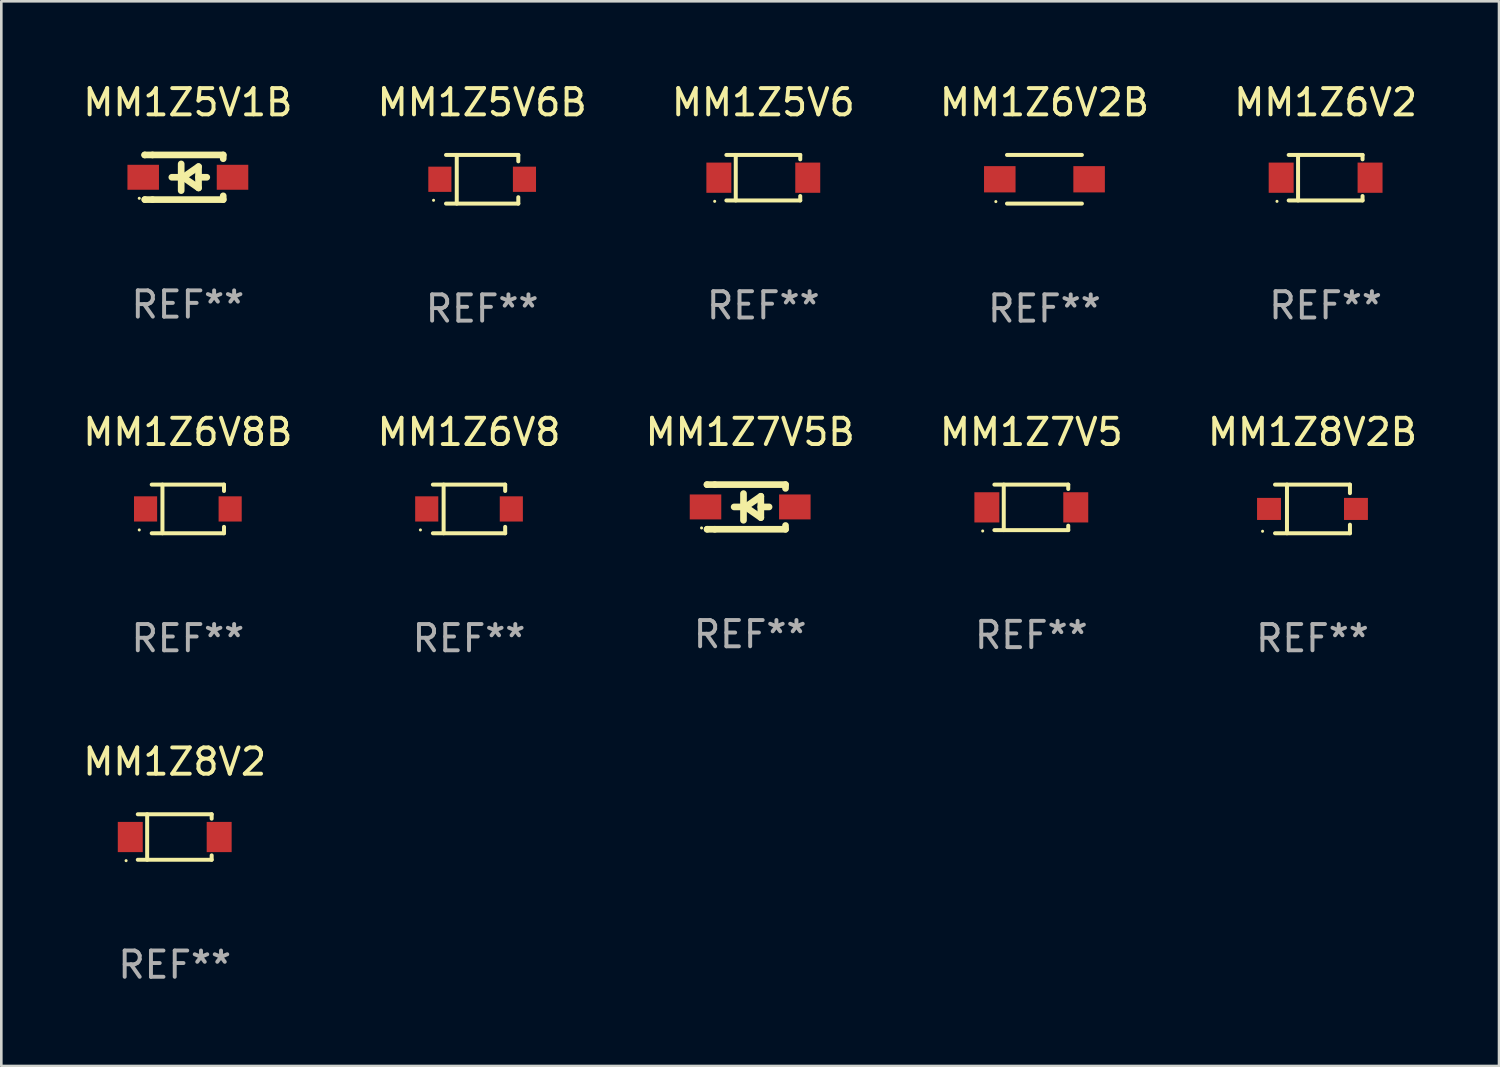
<source format=kicad_pcb>
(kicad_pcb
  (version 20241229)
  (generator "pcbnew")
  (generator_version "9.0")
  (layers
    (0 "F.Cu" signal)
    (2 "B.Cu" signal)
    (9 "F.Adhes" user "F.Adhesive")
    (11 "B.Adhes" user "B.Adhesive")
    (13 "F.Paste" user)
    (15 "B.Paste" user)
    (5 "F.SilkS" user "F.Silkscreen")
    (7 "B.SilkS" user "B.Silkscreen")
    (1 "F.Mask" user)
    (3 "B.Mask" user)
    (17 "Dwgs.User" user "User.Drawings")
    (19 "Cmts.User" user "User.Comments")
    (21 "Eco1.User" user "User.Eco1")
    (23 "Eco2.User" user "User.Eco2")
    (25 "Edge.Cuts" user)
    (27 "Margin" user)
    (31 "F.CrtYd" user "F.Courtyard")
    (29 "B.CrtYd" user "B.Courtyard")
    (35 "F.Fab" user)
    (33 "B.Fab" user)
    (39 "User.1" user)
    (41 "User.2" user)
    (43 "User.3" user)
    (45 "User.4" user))
  (footprint "MM1Z5V6B"
    (layer "F.Cu")
    (at 15.304 3.774)
    (property "Reference" "MM1Z5V6B" (at 0 -2.926 0) (layer "F.SilkS") (effects (font (size 1 1) (thickness 0.15))))
    (attr through_hole)
    (fp_line (start -1.376 -0.926) (end 1.376 -0.926) (stroke (width 0.152) (type solid)) (layer "F.SilkS"))
    (fp_line (start -1.376 0.926) (end 1.376 0.926) (stroke (width 0.152) (type solid)) (layer "F.SilkS"))
    (fp_line (start -0.967 -0.926) (end -0.967 0.926) (stroke (width 0.152) (type solid)) (layer "F.SilkS"))
    (fp_line (start 1.376 -0.926) (end 1.376 -0.683) (stroke (width 0.152) (type solid)) (layer "F.SilkS"))
    (fp_line (start 1.376 0.926) (end 1.376 0.683) (stroke (width 0.152) (type solid)) (layer "F.SilkS"))
    (fp_circle (center -1.85 0.8) (end -1.82 0.8) (stroke (width 0.06) (type solid)) (fill no) (layer "F.SilkS"))
    (fp_text user "REF**" (at 0 4.926 0) (layer "F.Fab") (effects (font (size 1 1) (thickness 0.15))))
    (pad "1" smd rect (at -1.61 0) (size 0.88 0.96) (layers "F.Cu" "F.Mask" "F.Paste"))
    (pad "2" smd rect (at 1.61 0) (size 0.88 0.96) (layers "F.Cu" "F.Mask" "F.Paste")))
  (footprint "MM1Z6V2B"
    (layer "F.Cu")
    (at 36.708 3.774)
    (property "Reference" "MM1Z6V2B" (at 0 -2.926 0) (layer "F.SilkS") (effects (font (size 1 1) (thickness 0.15))))
    (attr through_hole)
    (fp_line (start -1.426 -0.926) (end 1.426 -0.926) (stroke (width 0.152) (type solid)) (layer "F.SilkS"))
    (fp_line (start -1.426 0.926) (end 1.426 0.926) (stroke (width 0.152) (type solid)) (layer "F.SilkS"))
    (fp_circle (center -1.85 0.85) (end -1.82 0.85) (stroke (width 0.06) (type solid)) (fill no) (layer "F.SilkS"))
    (fp_text user "REF**" (at 0 4.926 0) (layer "F.Fab") (effects (font (size 1 1) (thickness 0.15))))
    (pad "1" smd rect (at -1.7 0.000013) (size 1.2 1) (layers "F.Cu" "F.Mask" "F.Paste"))
    (pad "2" smd rect (at 1.7 0.000013) (size 1.2 1) (layers "F.Cu" "F.Mask" "F.Paste")))
  (footprint "MM1Z8V2"
    (layer "F.Cu")
    (at 3.601 28.812)
    (property "Reference" "MM1Z8V2" (at 0 -2.866 0) (layer "F.SilkS") (effects (font (size 1 1) (thickness 0.15))))
    (attr through_hole)
    (fp_line (start -1.406 -0.866) (end 1.406 -0.866) (stroke (width 0.152) (type solid)) (layer "F.SilkS"))
    (fp_line (start -1.406 0.866) (end 1.406 0.866) (stroke (width 0.152) (type solid)) (layer "F.SilkS"))
    (fp_line (start -1.049 -0.866) (end -1.049 0.866) (stroke (width 0.152) (type solid)) (layer "F.SilkS"))
    (fp_line (start 1.406 -0.866) (end 1.406 -0.698) (stroke (width 0.152) (type solid)) (layer "F.SilkS"))
    (fp_line (start 1.406 0.866) (end 1.406 0.698) (stroke (width 0.152) (type solid)) (layer "F.SilkS"))
    (fp_circle (center -1.851 0.9) (end -1.821 0.9) (stroke (width 0.06) (type solid)) (fill no) (layer "F.SilkS"))
    (fp_text user "REF**" (at 0 4.866 0) (layer "F.Fab") (effects (font (size 1 1) (thickness 0.15))))
    (pad "1" smd rect (at -1.692 0) (size 0.95 1.15) (layers "F.Cu" "F.Mask" "F.Paste"))
    (pad "2" smd rect (at 1.692 0) (size 0.95 1.15) (layers "F.Cu" "F.Mask" "F.Paste")))
  (footprint "MM1Z6V2"
    (layer "F.Cu")
    (at 47.411 3.714)
    (property "Reference" "MM1Z6V2" (at 0 -2.866 0) (layer "F.SilkS") (effects (font (size 1 1) (thickness 0.15))))
    (attr through_hole)
    (fp_line (start -1.406 -0.866) (end 1.406 -0.866) (stroke (width 0.152) (type solid)) (layer "F.SilkS"))
    (fp_line (start -1.406 0.866) (end 1.406 0.866) (stroke (width 0.152) (type solid)) (layer "F.SilkS"))
    (fp_line (start -1.049 -0.866) (end -1.049 0.866) (stroke (width 0.152) (type solid)) (layer "F.SilkS"))
    (fp_line (start 1.406 -0.866) (end 1.406 -0.698) (stroke (width 0.152) (type solid)) (layer "F.SilkS"))
    (fp_line (start 1.406 0.866) (end 1.406 0.698) (stroke (width 0.152) (type solid)) (layer "F.SilkS"))
    (fp_circle (center -1.851 0.9) (end -1.821 0.9) (stroke (width 0.06) (type solid)) (fill no) (layer "F.SilkS"))
    (fp_text user "REF**" (at 0 4.866 0) (layer "F.Fab") (effects (font (size 1 1) (thickness 0.15))))
    (pad "1" smd rect (at -1.692 0) (size 0.95 1.15) (layers "F.Cu" "F.Mask" "F.Paste"))
    (pad "2" smd rect (at 1.692 0) (size 0.95 1.15) (layers "F.Cu" "F.Mask" "F.Paste")))
  (footprint "MM1Z5V6"
    (layer "F.Cu")
    (at 26.006 3.714)
    (property "Reference" "MM1Z5V6" (at 0 -2.866 0) (layer "F.SilkS") (effects (font (size 1 1) (thickness 0.15))))
    (attr through_hole)
    (fp_line (start -1.406 -0.866) (end 1.406 -0.866) (stroke (width 0.152) (type solid)) (layer "F.SilkS"))
    (fp_line (start -1.406 0.866) (end 1.406 0.866) (stroke (width 0.152) (type solid)) (layer "F.SilkS"))
    (fp_line (start -1.049 -0.866) (end -1.049 0.866) (stroke (width 0.152) (type solid)) (layer "F.SilkS"))
    (fp_line (start 1.406 -0.866) (end 1.406 -0.698) (stroke (width 0.152) (type solid)) (layer "F.SilkS"))
    (fp_line (start 1.406 0.866) (end 1.406 0.698) (stroke (width 0.152) (type solid)) (layer "F.SilkS"))
    (fp_circle (center -1.851 0.9) (end -1.821 0.9) (stroke (width 0.06) (type solid)) (fill no) (layer "F.SilkS"))
    (fp_text user "REF**" (at 0 4.866 0) (layer "F.Fab") (effects (font (size 1 1) (thickness 0.15))))
    (pad "1" smd rect (at -1.692 0) (size 0.95 1.15) (layers "F.Cu" "F.Mask" "F.Paste"))
    (pad "2" smd rect (at 1.692 0) (size 0.95 1.15) (layers "F.Cu" "F.Mask" "F.Paste")))
  (footprint "MM1Z7V5B"
    (layer "F.Cu")
    (at 25.506 16.247)
    (property "Reference" "MM1Z7V5B" (at 0 -2.85 0) (layer "F.SilkS") (effects (font (size 1 1) (thickness 0.15))))
    (attr through_hole)
    (fp_line (start -1.643 -0.85) (end -1.644 -0.849) (stroke (width 0.254) (type solid)) (layer "F.SilkS"))
    (fp_line (start -1.638 0.85) (end -1.639 0.849) (stroke (width 0.254) (type solid)) (layer "F.SilkS"))
    (fp_line (start -1.346 -0.85) (end -1.643 -0.85) (stroke (width 0.254) (type solid)) (layer "F.SilkS"))
    (fp_line (start -1.346 -0.85) (end 1.346 -0.85) (stroke (width 0.254) (type solid)) (layer "F.SilkS"))
    (fp_line (start -1.346 0.85) (end -1.638 0.85) (stroke (width 0.254) (type solid)) (layer "F.SilkS"))
    (fp_line (start -0.28 0) (end -0.61 0) (stroke (width 0.254) (type solid)) (layer "F.SilkS"))
    (fp_line (start -0.254 -0.508) (end -0.254 0.508) (stroke (width 0.254) (type solid)) (layer "F.SilkS"))
    (fp_line (start -0.178 0) (end 0.406 -0.406) (stroke (width 0.254) (type solid)) (layer "F.SilkS"))
    (fp_line (start 0.406 -0.406) (end 0.406 0.406) (stroke (width 0.254) (type solid)) (layer "F.SilkS"))
    (fp_line (start 0.406 -0.000254) (end 0.72 -0.000254) (stroke (width 0.254) (type solid)) (layer "F.SilkS"))
    (fp_line (start 0.406 0.406) (end -0.178 0) (stroke (width 0.254) (type solid)) (layer "F.SilkS"))
    (fp_line (start 1.346 -0.85) (end 1.346 -0.706) (stroke (width 0.254) (type solid)) (layer "F.SilkS"))
    (fp_line (start 1.346 0.706) (end 1.346 0.85) (stroke (width 0.254) (type solid)) (layer "F.SilkS"))
    (fp_line (start 1.346 0.85) (end -1.346 0.85) (stroke (width 0.254) (type solid)) (layer "F.SilkS"))
    (fp_circle (center -1.85 0.8) (end -1.82 0.8) (stroke (width 0.06) (type solid)) (fill no) (layer "F.SilkS"))
    (fp_text user "REF**" (at 0 4.85 0) (layer "F.Fab") (effects (font (size 1 1) (thickness 0.15))))
    (pad "1" smd rect (at -1.7 0) (size 1.2 0.95) (layers "F.Cu" "F.Mask" "F.Paste"))
    (pad "2" smd rect (at 1.7 0) (size 1.2 0.95) (layers "F.Cu" "F.Mask" "F.Paste")))
  (footprint "MM1Z6V8B"
    (layer "F.Cu")
    (at 4.101 16.323)
    (property "Reference" "MM1Z6V8B" (at 0 -2.926 0) (layer "F.SilkS") (effects (font (size 1 1) (thickness 0.15))))
    (attr through_hole)
    (fp_line (start -1.376 -0.926) (end 1.376 -0.926) (stroke (width 0.152) (type solid)) (layer "F.SilkS"))
    (fp_line (start -1.376 0.926) (end 1.376 0.926) (stroke (width 0.152) (type solid)) (layer "F.SilkS"))
    (fp_line (start -0.967 -0.926) (end -0.967 0.926) (stroke (width 0.152) (type solid)) (layer "F.SilkS"))
    (fp_line (start 1.376 -0.926) (end 1.376 -0.683) (stroke (width 0.152) (type solid)) (layer "F.SilkS"))
    (fp_line (start 1.376 0.926) (end 1.376 0.683) (stroke (width 0.152) (type solid)) (layer "F.SilkS"))
    (fp_circle (center -1.85 0.8) (end -1.82 0.8) (stroke (width 0.06) (type solid)) (fill no) (layer "F.SilkS"))
    (fp_text user "REF**" (at 0 4.926 0) (layer "F.Fab") (effects (font (size 1 1) (thickness 0.15))))
    (pad "1" smd rect (at -1.61 0) (size 0.88 0.96) (layers "F.Cu" "F.Mask" "F.Paste"))
    (pad "2" smd rect (at 1.61 0) (size 0.88 0.96) (layers "F.Cu" "F.Mask" "F.Paste")))
  (footprint "MM1Z8V2B"
    (layer "F.Cu")
    (at 46.911 16.323)
    (property "Reference" "MM1Z8V2B" (at 0 -2.926 0) (layer "F.SilkS") (effects (font (size 1 1) (thickness 0.15))))
    (attr through_hole)
    (fp_line (start -1.426 0.926) (end 1.426 0.926) (stroke (width 0.152) (type solid)) (layer "F.SilkS"))
    (fp_line (start -1.426 -0.926) (end 1.426 -0.926) (stroke (width 0.152) (type solid)) (layer "F.SilkS"))
    (fp_line (start -0.971 0.926) (end -0.971 -0.926) (stroke (width 0.152) (type solid)) (layer "F.SilkS"))
    (fp_line (start 1.426 -0.926) (end 1.426 -0.6) (stroke (width 0.152) (type solid)) (layer "F.SilkS"))
    (fp_line (start 1.426 0.6) (end 1.426 0.926) (stroke (width 0.152) (type solid)) (layer "F.SilkS"))
    (fp_circle (center -1.9 0.85) (end -1.87 0.85) (stroke (width 0.06) (type solid)) (fill no) (layer "F.SilkS"))
    (fp_text user "REF**" (at 0 4.926 0) (layer "F.Fab") (effects (font (size 1 1) (thickness 0.15))))
    (pad "1" smd rect (at -1.655 -0.000064) (size 0.91 0.84) (layers "F.Cu" "F.Mask" "F.Paste"))
    (pad "2" smd rect (at 1.655 -0.000064) (size 0.91 0.84) (layers "F.Cu" "F.Mask" "F.Paste")))
  (footprint "MM1Z6V8"
    (layer "F.Cu")
    (at 14.804 16.323)
    (property "Reference" "MM1Z6V8" (at 0 -2.926 0) (layer "F.SilkS") (effects (font (size 1 1) (thickness 0.15))))
    (attr through_hole)
    (fp_line (start -1.376 -0.926) (end 1.376 -0.926) (stroke (width 0.152) (type solid)) (layer "F.SilkS"))
    (fp_line (start -1.376 0.926) (end 1.376 0.926) (stroke (width 0.152) (type solid)) (layer "F.SilkS"))
    (fp_line (start -0.967 -0.926) (end -0.967 0.926) (stroke (width 0.152) (type solid)) (layer "F.SilkS"))
    (fp_line (start 1.376 -0.926) (end 1.376 -0.683) (stroke (width 0.152) (type solid)) (layer "F.SilkS"))
    (fp_line (start 1.376 0.926) (end 1.376 0.683) (stroke (width 0.152) (type solid)) (layer "F.SilkS"))
    (fp_circle (center -1.85 0.8) (end -1.82 0.8) (stroke (width 0.06) (type solid)) (fill no) (layer "F.SilkS"))
    (fp_text user "REF**" (at 0 4.926 0) (layer "F.Fab") (effects (font (size 1 1) (thickness 0.15))))
    (pad "1" smd rect (at -1.61 0) (size 0.88 0.96) (layers "F.Cu" "F.Mask" "F.Paste"))
    (pad "2" smd rect (at 1.61 0) (size 0.88 0.96) (layers "F.Cu" "F.Mask" "F.Paste")))
  (footprint "MM1Z5V1B"
    (layer "F.Cu")
    (at 4.101 3.698)
    (property "Reference" "MM1Z5V1B" (at 0 -2.85 0) (layer "F.SilkS") (effects (font (size 1 1) (thickness 0.15))))
    (attr through_hole)
    (fp_line (start -1.643 -0.85) (end -1.644 -0.849) (stroke (width 0.254) (type solid)) (layer "F.SilkS"))
    (fp_line (start -1.638 0.85) (end -1.639 0.849) (stroke (width 0.254) (type solid)) (layer "F.SilkS"))
    (fp_line (start -1.346 -0.85) (end -1.643 -0.85) (stroke (width 0.254) (type solid)) (layer "F.SilkS"))
    (fp_line (start -1.346 -0.85) (end 1.346 -0.85) (stroke (width 0.254) (type solid)) (layer "F.SilkS"))
    (fp_line (start -1.346 0.85) (end -1.638 0.85) (stroke (width 0.254) (type solid)) (layer "F.SilkS"))
    (fp_line (start -0.28 0) (end -0.61 0) (stroke (width 0.254) (type solid)) (layer "F.SilkS"))
    (fp_line (start -0.254 -0.508) (end -0.254 0.508) (stroke (width 0.254) (type solid)) (layer "F.SilkS"))
    (fp_line (start -0.178 0) (end 0.406 -0.406) (stroke (width 0.254) (type solid)) (layer "F.SilkS"))
    (fp_line (start 0.406 -0.406) (end 0.406 0.406) (stroke (width 0.254) (type solid)) (layer "F.SilkS"))
    (fp_line (start 0.406 -0.000254) (end 0.72 -0.000254) (stroke (width 0.254) (type solid)) (layer "F.SilkS"))
    (fp_line (start 0.406 0.406) (end -0.178 0) (stroke (width 0.254) (type solid)) (layer "F.SilkS"))
    (fp_line (start 1.346 -0.85) (end 1.346 -0.706) (stroke (width 0.254) (type solid)) (layer "F.SilkS"))
    (fp_line (start 1.346 0.706) (end 1.346 0.85) (stroke (width 0.254) (type solid)) (layer "F.SilkS"))
    (fp_line (start 1.346 0.85) (end -1.346 0.85) (stroke (width 0.254) (type solid)) (layer "F.SilkS"))
    (fp_circle (center -1.85 0.8) (end -1.82 0.8) (stroke (width 0.06) (type solid)) (fill no) (layer "F.SilkS"))
    (fp_text user "REF**" (at 0 4.85 0) (layer "F.Fab") (effects (font (size 1 1) (thickness 0.15))))
    (pad "1" smd rect (at -1.7 0) (size 1.2 0.95) (layers "F.Cu" "F.Mask" "F.Paste"))
    (pad "2" smd rect (at 1.7 0) (size 1.2 0.95) (layers "F.Cu" "F.Mask" "F.Paste")))
  (footprint "MM1Z7V5"
    (layer "F.Cu")
    (at 36.208 16.263)
    (property "Reference" "MM1Z7V5" (at 0 -2.866 0) (layer "F.SilkS") (effects (font (size 1 1) (thickness 0.15))))
    (attr through_hole)
    (fp_line (start -1.406 -0.866) (end 1.406 -0.866) (stroke (width 0.152) (type solid)) (layer "F.SilkS"))
    (fp_line (start -1.406 0.866) (end 1.406 0.866) (stroke (width 0.152) (type solid)) (layer "F.SilkS"))
    (fp_line (start -1.049 -0.866) (end -1.049 0.866) (stroke (width 0.152) (type solid)) (layer "F.SilkS"))
    (fp_line (start 1.406 -0.866) (end 1.406 -0.698) (stroke (width 0.152) (type solid)) (layer "F.SilkS"))
    (fp_line (start 1.406 0.866) (end 1.406 0.698) (stroke (width 0.152) (type solid)) (layer "F.SilkS"))
    (fp_circle (center -1.851 0.9) (end -1.821 0.9) (stroke (width 0.06) (type solid)) (fill no) (layer "F.SilkS"))
    (fp_text user "REF**" (at 0 4.866 0) (layer "F.Fab") (effects (font (size 1 1) (thickness 0.15))))
    (pad "1" smd rect (at -1.692 0) (size 0.95 1.15) (layers "F.Cu" "F.Mask" "F.Paste"))
    (pad "2" smd rect (at 1.692 0) (size 0.95 1.15) (layers "F.Cu" "F.Mask" "F.Paste")))
  (gr_rect
    (start -3 -3)
    (end 54.012 37.527)
    (stroke (width 0.1) (type default))
    (fill no)
    (layer "Edge.Cuts")))
</source>
